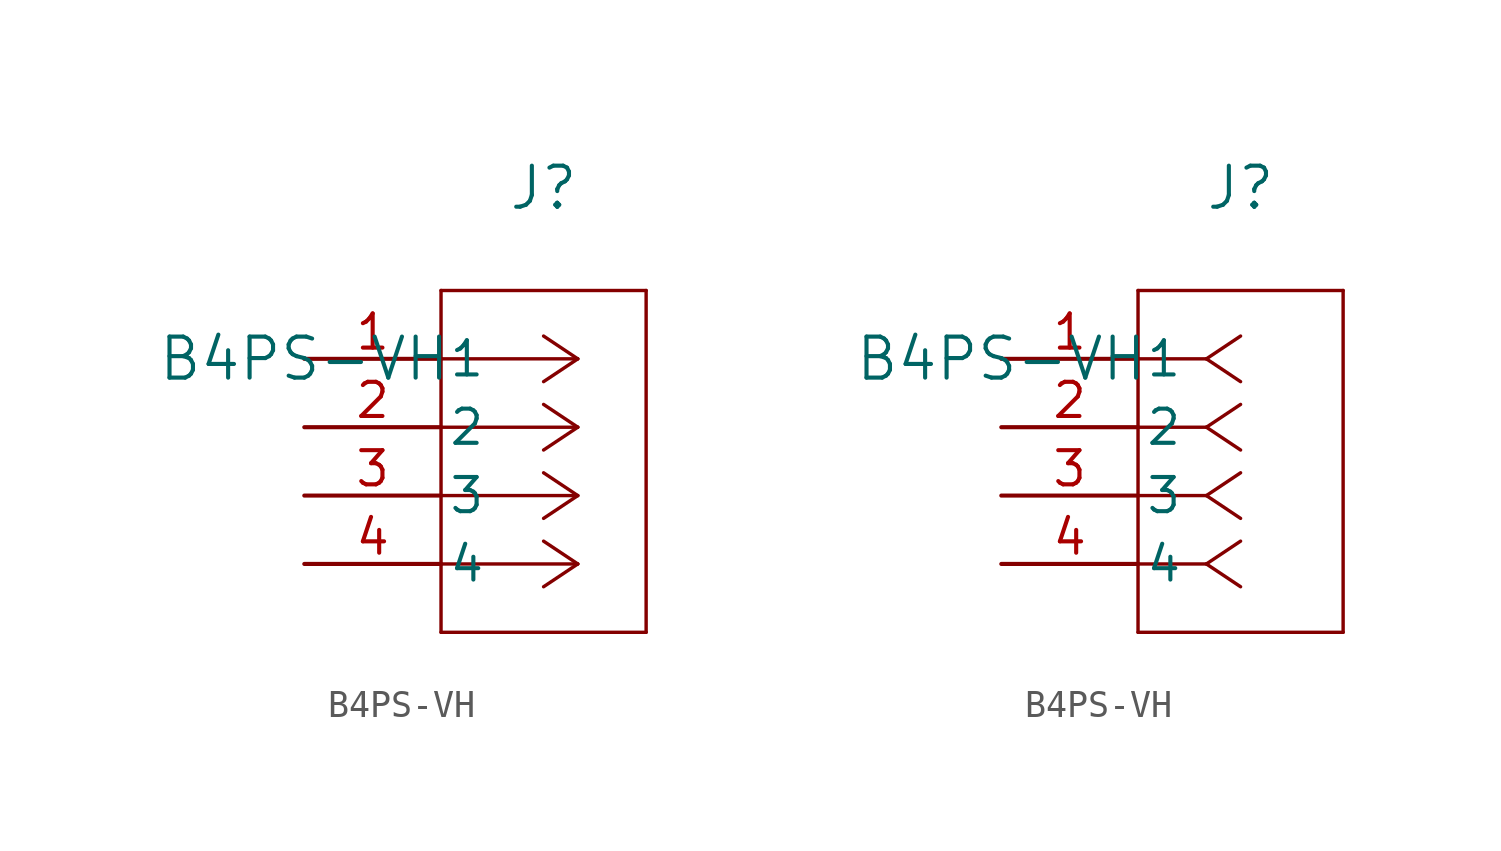
<source format=kicad_sym>
(kicad_symbol_lib
  (version 20211014)
  (generator kicad_symbol_editor)
  (symbol "B4PS-VH"
    (pin_names
      (offset 0.254))
    (property "Reference" "J"
      (at 8.89 6.35 0)
      (effects (font (size 1.524 1.524))))
    (property "Value" "B4PS-VH"
      (at 0 0 0)
      (effects (font (size 1.524 1.524))))
    (symbol "B4PS-VH_1_1"
      (polyline (pts (xy 10.16 0) (xy 5.08 0)) (stroke (width 0.127) (type default) (color 0 0 0 0)) (fill (type none)))
      (polyline (pts (xy 10.16 -2.54) (xy 5.08 -2.54)) (stroke (width 0.127) (type default) (color 0 0 0 0)) (fill (type none)))
      (polyline (pts (xy 10.16 -5.08) (xy 5.08 -5.08)) (stroke (width 0.127) (type default) (color 0 0 0 0)) (fill (type none)))
      (polyline (pts (xy 10.16 -7.62) (xy 5.08 -7.62)) (stroke (width 0.127) (type default) (color 0 0 0 0)) (fill (type none)))
      (polyline (pts (xy 10.16 0) (xy 8.89 0.847)) (stroke (width 0.127) (type default) (color 0 0 0 0)) (fill (type none)))
      (polyline (pts (xy 10.16 -2.54) (xy 8.89 -1.693)) (stroke (width 0.127) (type default) (color 0 0 0 0)) (fill (type none)))
      (polyline (pts (xy 10.16 -5.08) (xy 8.89 -4.233)) (stroke (width 0.127) (type default) (color 0 0 0 0)) (fill (type none)))
      (polyline (pts (xy 10.16 -7.62) (xy 8.89 -6.773)) (stroke (width 0.127) (type default) (color 0 0 0 0)) (fill (type none)))
      (polyline (pts (xy 10.16 0) (xy 8.89 -0.847)) (stroke (width 0.127) (type default) (color 0 0 0 0)) (fill (type none)))
      (polyline (pts (xy 10.16 -2.54) (xy 8.89 -3.387)) (stroke (width 0.127) (type default) (color 0 0 0 0)) (fill (type none)))
      (polyline (pts (xy 10.16 -5.08) (xy 8.89 -5.927)) (stroke (width 0.127) (type default) (color 0 0 0 0)) (fill (type none)))
      (polyline (pts (xy 10.16 -7.62) (xy 8.89 -8.467)) (stroke (width 0.127) (type default) (color 0 0 0 0)) (fill (type none)))
      (polyline (pts (xy 5.08 2.54) (xy 5.08 -10.16)) (stroke (width 0.127) (type default) (color 0 0 0 0)) (fill (type none)))
      (polyline (pts (xy 5.08 -10.16) (xy 12.7 -10.16)) (stroke (width 0.127) (type default) (color 0 0 0 0)) (fill (type none)))
      (polyline (pts (xy 12.7 -10.16) (xy 12.7 2.54)) (stroke (width 0.127) (type default) (color 0 0 0 0)) (fill (type none)))
      (polyline (pts (xy 12.7 2.54) (xy 5.08 2.54)) (stroke (width 0.127) (type default) (color 0 0 0 0)) (fill (type none)))
      (pin unspecified line (at 0 0 0) (length 5.08) (name "1" (effects (font (size 1.27 1.27)))) (number "1" (effects (font (size 1.27 1.27)))))
      (pin unspecified line (at 0 -2.54 0) (length 5.08) (name "2" (effects (font (size 1.27 1.27)))) (number "2" (effects (font (size 1.27 1.27)))))
      (pin unspecified line (at 0 -5.08 0) (length 5.08) (name "3" (effects (font (size 1.27 1.27)))) (number "3" (effects (font (size 1.27 1.27)))))
      (pin unspecified line (at 0 -7.62 0) (length 5.08) (name "4" (effects (font (size 1.27 1.27)))) (number "4" (effects (font (size 1.27 1.27))))))
    (symbol "B4PS-VH_1_2"
      (polyline (pts (xy 7.62 0) (xy 5.08 0)) (stroke (width 0.127) (type default) (color 0 0 0 0)) (fill (type none)))
      (polyline (pts (xy 7.62 -2.54) (xy 5.08 -2.54)) (stroke (width 0.127) (type default) (color 0 0 0 0)) (fill (type none)))
      (polyline (pts (xy 7.62 -5.08) (xy 5.08 -5.08)) (stroke (width 0.127) (type default) (color 0 0 0 0)) (fill (type none)))
      (polyline (pts (xy 7.62 -7.62) (xy 5.08 -7.62)) (stroke (width 0.127) (type default) (color 0 0 0 0)) (fill (type none)))
      (polyline (pts (xy 7.62 0) (xy 8.89 0.847)) (stroke (width 0.127) (type default) (color 0 0 0 0)) (fill (type none)))
      (polyline (pts (xy 7.62 -2.54) (xy 8.89 -1.693)) (stroke (width 0.127) (type default) (color 0 0 0 0)) (fill (type none)))
      (polyline (pts (xy 7.62 -5.08) (xy 8.89 -4.233)) (stroke (width 0.127) (type default) (color 0 0 0 0)) (fill (type none)))
      (polyline (pts (xy 7.62 -7.62) (xy 8.89 -6.773)) (stroke (width 0.127) (type default) (color 0 0 0 0)) (fill (type none)))
      (polyline (pts (xy 7.62 0) (xy 8.89 -0.847)) (stroke (width 0.127) (type default) (color 0 0 0 0)) (fill (type none)))
      (polyline (pts (xy 7.62 -2.54) (xy 8.89 -3.387)) (stroke (width 0.127) (type default) (color 0 0 0 0)) (fill (type none)))
      (polyline (pts (xy 7.62 -5.08) (xy 8.89 -5.927)) (stroke (width 0.127) (type default) (color 0 0 0 0)) (fill (type none)))
      (polyline (pts (xy 7.62 -7.62) (xy 8.89 -8.467)) (stroke (width 0.127) (type default) (color 0 0 0 0)) (fill (type none)))
      (polyline (pts (xy 5.08 2.54) (xy 5.08 -10.16)) (stroke (width 0.127) (type default) (color 0 0 0 0)) (fill (type none)))
      (polyline (pts (xy 5.08 -10.16) (xy 12.7 -10.16)) (stroke (width 0.127) (type default) (color 0 0 0 0)) (fill (type none)))
      (polyline (pts (xy 12.7 -10.16) (xy 12.7 2.54)) (stroke (width 0.127) (type default) (color 0 0 0 0)) (fill (type none)))
      (polyline (pts (xy 12.7 2.54) (xy 5.08 2.54)) (stroke (width 0.127) (type default) (color 0 0 0 0)) (fill (type none)))
      (pin unspecified line (at 0 0 0) (length 5.08) (name "1" (effects (font (size 1.27 1.27)))) (number "1" (effects (font (size 1.27 1.27)))))
      (pin unspecified line (at 0 -2.54 0) (length 5.08) (name "2" (effects (font (size 1.27 1.27)))) (number "2" (effects (font (size 1.27 1.27)))))
      (pin unspecified line (at 0 -5.08 0) (length 5.08) (name "3" (effects (font (size 1.27 1.27)))) (number "3" (effects (font (size 1.27 1.27)))))
      (pin unspecified line (at 0 -7.62 0) (length 5.08) (name "4" (effects (font (size 1.27 1.27)))) (number "4" (effects (font (size 1.27 1.27))))))))
</source>
